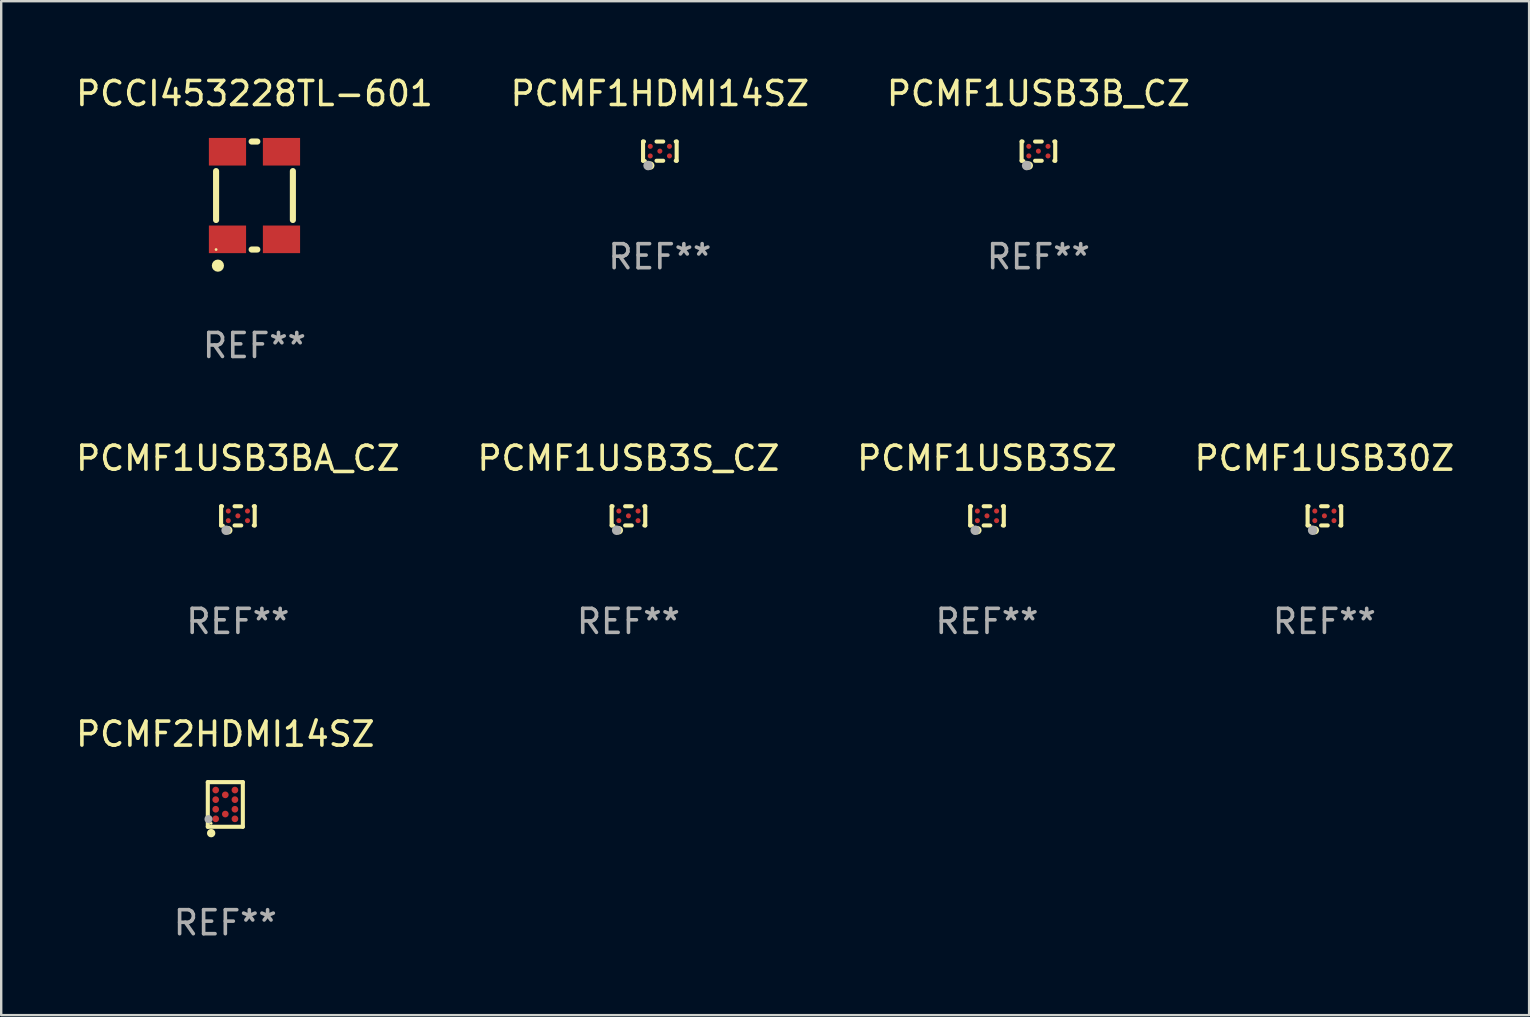
<source format=kicad_pcb>
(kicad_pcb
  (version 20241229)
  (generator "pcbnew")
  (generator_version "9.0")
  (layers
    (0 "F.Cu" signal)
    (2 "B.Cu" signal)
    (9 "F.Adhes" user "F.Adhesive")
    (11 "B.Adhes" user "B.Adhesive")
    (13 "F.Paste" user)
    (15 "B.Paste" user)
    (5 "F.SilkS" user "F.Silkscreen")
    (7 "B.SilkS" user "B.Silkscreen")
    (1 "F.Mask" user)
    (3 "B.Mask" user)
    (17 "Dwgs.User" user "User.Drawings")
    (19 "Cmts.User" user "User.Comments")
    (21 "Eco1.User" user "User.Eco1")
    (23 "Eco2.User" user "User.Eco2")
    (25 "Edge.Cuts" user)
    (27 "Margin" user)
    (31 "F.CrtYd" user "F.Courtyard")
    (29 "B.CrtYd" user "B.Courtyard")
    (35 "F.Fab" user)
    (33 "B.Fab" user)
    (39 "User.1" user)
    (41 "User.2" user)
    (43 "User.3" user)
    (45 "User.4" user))
  (footprint "PCMF1USB30Z"
    (layer "F.Cu")
    (at 52.137 18.445)
    (property "Reference" "PCMF1USB30Z" (at 0 -2.4 0) (layer "F.SilkS") (effects (font (size 1 1) (thickness 0.15))))
    (attr through_hole)
    (fp_line (start -0.7 -0.4) (end -0.7 0.4) (stroke (width 0.17) (type solid)) (layer "F.SilkS"))
    (fp_line (start -0.7 -0.4) (end -0.661 -0.4) (stroke (width 0.17) (type solid)) (layer "F.SilkS"))
    (fp_line (start -0.7 0.4) (end -0.661 0.4) (stroke (width 0.17) (type solid)) (layer "F.SilkS"))
    (fp_line (start -0.139 -0.4) (end 0.139 -0.4) (stroke (width 0.17) (type solid)) (layer "F.SilkS"))
    (fp_line (start -0.139 0.4) (end 0.139 0.4) (stroke (width 0.17) (type solid)) (layer "F.SilkS"))
    (fp_line (start 0.661 -0.4) (end 0.7 -0.4) (stroke (width 0.17) (type solid)) (layer "F.SilkS"))
    (fp_line (start 0.661 0.4) (end 0.7 0.4) (stroke (width 0.17) (type solid)) (layer "F.SilkS"))
    (fp_line (start 0.7 -0.4) (end 0.7 0.4) (stroke (width 0.17) (type solid)) (layer "F.SilkS"))
    (fp_circle (center -0.6 0.4) (end -0.57 0.4) (stroke (width 0.06) (type solid)) (fill no) (layer "F.SilkS"))
    (fp_circle (center -0.4 0.6) (end -0.31 0.6) (stroke (width 0.17) (type solid)) (fill no) (layer "F.SilkS"))
    (fp_circle (center -0.49 0.6) (end -0.39 0.6) (stroke (width 0.2) (type solid)) (fill no) (layer "F.Fab"))
    (fp_text user "REF**" (at 0 4.4 0) (layer "F.Fab") (effects (font (size 1 1) (thickness 0.15))))
    (pad "A1" smd circle (at -0.4 0.2) (size 0.21 0.21) (layers "F.Cu" "F.Mask" "F.Paste"))
    (pad "A2" smd circle (at -0.4 -0.2) (size 0.21 0.21) (layers "F.Cu" "F.Mask" "F.Paste"))
    (pad "B1" smd circle (at -0.000013 0.000127) (size 0.21 0.21) (layers "F.Cu" "F.Mask" "F.Paste"))
    (pad "C1" smd circle (at 0.4 0.2) (size 0.21 0.21) (layers "F.Cu" "F.Mask" "F.Paste"))
    (pad "C2" smd circle (at 0.4 -0.2) (size 0.21 0.21) (layers "F.Cu" "F.Mask" "F.Paste")))
  (footprint "PCMF2HDMI14SZ"
    (layer "F.Cu")
    (at 6.339 30.471)
    (property "Reference" "PCMF2HDMI14SZ" (at 0 -2.93 0) (layer "F.SilkS") (effects (font (size 1 1) (thickness 0.15))))
    (attr through_hole)
    (fp_line (start -0.731 -0.93) (end 0.731 -0.93) (stroke (width 0.17) (type solid)) (layer "F.SilkS"))
    (fp_line (start -0.73 0.93) (end -0.73 -0.93) (stroke (width 0.17) (type solid)) (layer "F.SilkS"))
    (fp_line (start 0.73 -0.93) (end 0.73 0.929) (stroke (width 0.17) (type solid)) (layer "F.SilkS"))
    (fp_line (start 0.73 0.929) (end -0.73 0.93) (stroke (width 0.17) (type solid)) (layer "F.SilkS"))
    (fp_circle (center -0.59 1.195) (end -0.5 1.195) (stroke (width 0.17) (type solid)) (fill no) (layer "F.SilkS"))
    (fp_circle (center -0.589 0.788) (end -0.559 0.788) (stroke (width 0.06) (type solid)) (fill no) (layer "F.SilkS"))
    (fp_circle (center -0.7 0.61) (end -0.615 0.61) (stroke (width 0.17) (type solid)) (fill no) (layer "F.Fab"))
    (fp_text user "REF**" (at 0 4.93 0) (layer "F.Fab") (effects (font (size 1 1) (thickness 0.15))))
    (pad "A1" smd circle (at -0.401 0.6) (size 0.28 0.28) (layers "F.Cu" "F.Mask" "F.Paste"))
    (pad "A2" smd circle (at -0.401 0.2) (size 0.28 0.28) (layers "F.Cu" "F.Mask" "F.Paste"))
    (pad "A3" smd circle (at -0.401 -0.2) (size 0.28 0.28) (layers "F.Cu" "F.Mask" "F.Paste"))
    (pad "A4" smd circle (at -0.401 -0.6) (size 0.28 0.28) (layers "F.Cu" "F.Mask" "F.Paste"))
    (pad "B1" smd circle (at -0.000457 0.4) (size 0.28 0.28) (layers "F.Cu" "F.Mask" "F.Paste"))
    (pad "B2" smd circle (at -0.001 -0.4) (size 0.28 0.28) (layers "F.Cu" "F.Mask" "F.Paste"))
    (pad "C1" smd circle (at 0.4 0.6) (size 0.28 0.28) (layers "F.Cu" "F.Mask" "F.Paste"))
    (pad "C2" smd circle (at 0.4 0.2) (size 0.28 0.28) (layers "F.Cu" "F.Mask" "F.Paste"))
    (pad "C3" smd circle (at 0.4 -0.2) (size 0.28 0.28) (layers "F.Cu" "F.Mask" "F.Paste"))
    (pad "C4" smd circle (at 0.4 -0.6) (size 0.28 0.28) (layers "F.Cu" "F.Mask" "F.Paste")))
  (footprint "PCMF1USB3SZ"
    (layer "F.Cu")
    (at 38.077 18.445)
    (property "Reference" "PCMF1USB3SZ" (at 0 -2.4 0) (layer "F.SilkS") (effects (font (size 1 1) (thickness 0.15))))
    (attr through_hole)
    (fp_line (start -0.7 -0.4) (end -0.7 0.4) (stroke (width 0.17) (type solid)) (layer "F.SilkS"))
    (fp_line (start -0.7 -0.4) (end -0.661 -0.4) (stroke (width 0.17) (type solid)) (layer "F.SilkS"))
    (fp_line (start -0.7 0.4) (end -0.661 0.4) (stroke (width 0.17) (type solid)) (layer "F.SilkS"))
    (fp_line (start -0.139 -0.4) (end 0.139 -0.4) (stroke (width 0.17) (type solid)) (layer "F.SilkS"))
    (fp_line (start -0.139 0.4) (end 0.139 0.4) (stroke (width 0.17) (type solid)) (layer "F.SilkS"))
    (fp_line (start 0.661 -0.4) (end 0.7 -0.4) (stroke (width 0.17) (type solid)) (layer "F.SilkS"))
    (fp_line (start 0.661 0.4) (end 0.7 0.4) (stroke (width 0.17) (type solid)) (layer "F.SilkS"))
    (fp_line (start 0.7 -0.4) (end 0.7 0.4) (stroke (width 0.17) (type solid)) (layer "F.SilkS"))
    (fp_circle (center -0.6 0.4) (end -0.57 0.4) (stroke (width 0.06) (type solid)) (fill no) (layer "F.SilkS"))
    (fp_circle (center -0.4 0.6) (end -0.31 0.6) (stroke (width 0.17) (type solid)) (fill no) (layer "F.SilkS"))
    (fp_circle (center -0.49 0.6) (end -0.39 0.6) (stroke (width 0.2) (type solid)) (fill no) (layer "F.Fab"))
    (fp_text user "REF**" (at 0 4.4 0) (layer "F.Fab") (effects (font (size 1 1) (thickness 0.15))))
    (pad "A1" smd circle (at -0.4 0.2) (size 0.21 0.21) (layers "F.Cu" "F.Mask" "F.Paste"))
    (pad "A2" smd circle (at -0.4 -0.2) (size 0.21 0.21) (layers "F.Cu" "F.Mask" "F.Paste"))
    (pad "B1" smd circle (at -0.000013 0.000127) (size 0.21 0.21) (layers "F.Cu" "F.Mask" "F.Paste"))
    (pad "C1" smd circle (at 0.4 0.2) (size 0.21 0.21) (layers "F.Cu" "F.Mask" "F.Paste"))
    (pad "C2" smd circle (at 0.4 -0.2) (size 0.21 0.21) (layers "F.Cu" "F.Mask" "F.Paste")))
  (footprint "PCMF1HDMI14SZ"
    (layer "F.Cu")
    (at 24.446 3.248)
    (property "Reference" "PCMF1HDMI14SZ" (at 0 -2.4 0) (layer "F.SilkS") (effects (font (size 1 1) (thickness 0.15))))
    (attr through_hole)
    (fp_line (start -0.7 -0.4) (end -0.7 0.4) (stroke (width 0.17) (type solid)) (layer "F.SilkS"))
    (fp_line (start -0.7 -0.4) (end -0.661 -0.4) (stroke (width 0.17) (type solid)) (layer "F.SilkS"))
    (fp_line (start -0.7 0.4) (end -0.661 0.4) (stroke (width 0.17) (type solid)) (layer "F.SilkS"))
    (fp_line (start -0.139 -0.4) (end 0.139 -0.4) (stroke (width 0.17) (type solid)) (layer "F.SilkS"))
    (fp_line (start -0.139 0.4) (end 0.139 0.4) (stroke (width 0.17) (type solid)) (layer "F.SilkS"))
    (fp_line (start 0.661 -0.4) (end 0.7 -0.4) (stroke (width 0.17) (type solid)) (layer "F.SilkS"))
    (fp_line (start 0.661 0.4) (end 0.7 0.4) (stroke (width 0.17) (type solid)) (layer "F.SilkS"))
    (fp_line (start 0.7 -0.4) (end 0.7 0.4) (stroke (width 0.17) (type solid)) (layer "F.SilkS"))
    (fp_circle (center -0.6 0.4) (end -0.57 0.4) (stroke (width 0.06) (type solid)) (fill no) (layer "F.SilkS"))
    (fp_circle (center -0.4 0.6) (end -0.31 0.6) (stroke (width 0.17) (type solid)) (fill no) (layer "F.SilkS"))
    (fp_circle (center -0.49 0.6) (end -0.39 0.6) (stroke (width 0.2) (type solid)) (fill no) (layer "F.Fab"))
    (fp_text user "REF**" (at 0 4.4 0) (layer "F.Fab") (effects (font (size 1 1) (thickness 0.15))))
    (pad "A1" smd circle (at -0.4 0.2) (size 0.21 0.21) (layers "F.Cu" "F.Mask" "F.Paste"))
    (pad "A2" smd circle (at -0.4 -0.2) (size 0.21 0.21) (layers "F.Cu" "F.Mask" "F.Paste"))
    (pad "B1" smd circle (at -0.000013 0.000127) (size 0.21 0.21) (layers "F.Cu" "F.Mask" "F.Paste"))
    (pad "C1" smd circle (at 0.4 0.2) (size 0.21 0.21) (layers "F.Cu" "F.Mask" "F.Paste"))
    (pad "C2" smd circle (at 0.4 -0.2) (size 0.21 0.21) (layers "F.Cu" "F.Mask" "F.Paste")))
  (footprint "PCMF1USB3B_CZ"
    (layer "F.Cu")
    (at 40.22 3.248)
    (property "Reference" "PCMF1USB3B_CZ" (at 0 -2.4 0) (layer "F.SilkS") (effects (font (size 1 1) (thickness 0.15))))
    (attr through_hole)
    (fp_line (start -0.7 -0.4) (end -0.7 0.4) (stroke (width 0.17) (type solid)) (layer "F.SilkS"))
    (fp_line (start -0.7 -0.4) (end -0.661 -0.4) (stroke (width 0.17) (type solid)) (layer "F.SilkS"))
    (fp_line (start -0.7 0.4) (end -0.661 0.4) (stroke (width 0.17) (type solid)) (layer "F.SilkS"))
    (fp_line (start -0.139 -0.4) (end 0.139 -0.4) (stroke (width 0.17) (type solid)) (layer "F.SilkS"))
    (fp_line (start -0.139 0.4) (end 0.139 0.4) (stroke (width 0.17) (type solid)) (layer "F.SilkS"))
    (fp_line (start 0.661 -0.4) (end 0.7 -0.4) (stroke (width 0.17) (type solid)) (layer "F.SilkS"))
    (fp_line (start 0.661 0.4) (end 0.7 0.4) (stroke (width 0.17) (type solid)) (layer "F.SilkS"))
    (fp_line (start 0.7 -0.4) (end 0.7 0.4) (stroke (width 0.17) (type solid)) (layer "F.SilkS"))
    (fp_circle (center -0.6 0.4) (end -0.57 0.4) (stroke (width 0.06) (type solid)) (fill no) (layer "F.SilkS"))
    (fp_circle (center -0.4 0.6) (end -0.31 0.6) (stroke (width 0.17) (type solid)) (fill no) (layer "F.SilkS"))
    (fp_circle (center -0.49 0.6) (end -0.39 0.6) (stroke (width 0.2) (type solid)) (fill no) (layer "F.Fab"))
    (fp_text user "REF**" (at 0 4.4 0) (layer "F.Fab") (effects (font (size 1 1) (thickness 0.15))))
    (pad "A1" smd circle (at -0.4 0.2) (size 0.21 0.21) (layers "F.Cu" "F.Mask" "F.Paste"))
    (pad "A2" smd circle (at -0.4 -0.2) (size 0.21 0.21) (layers "F.Cu" "F.Mask" "F.Paste"))
    (pad "B1" smd circle (at -0.000013 0.000127) (size 0.21 0.21) (layers "F.Cu" "F.Mask" "F.Paste"))
    (pad "C1" smd circle (at 0.4 0.2) (size 0.21 0.21) (layers "F.Cu" "F.Mask" "F.Paste"))
    (pad "C2" smd circle (at 0.4 -0.2) (size 0.21 0.21) (layers "F.Cu" "F.Mask" "F.Paste")))
  (footprint "PCMF1USB3S_CZ"
    (layer "F.Cu")
    (at 23.137 18.445)
    (property "Reference" "PCMF1USB3S_CZ" (at 0 -2.4 0) (layer "F.SilkS") (effects (font (size 1 1) (thickness 0.15))))
    (attr through_hole)
    (fp_line (start -0.7 -0.4) (end -0.7 0.4) (stroke (width 0.17) (type solid)) (layer "F.SilkS"))
    (fp_line (start -0.7 -0.4) (end -0.661 -0.4) (stroke (width 0.17) (type solid)) (layer "F.SilkS"))
    (fp_line (start -0.7 0.4) (end -0.661 0.4) (stroke (width 0.17) (type solid)) (layer "F.SilkS"))
    (fp_line (start -0.139 -0.4) (end 0.139 -0.4) (stroke (width 0.17) (type solid)) (layer "F.SilkS"))
    (fp_line (start -0.139 0.4) (end 0.139 0.4) (stroke (width 0.17) (type solid)) (layer "F.SilkS"))
    (fp_line (start 0.661 -0.4) (end 0.7 -0.4) (stroke (width 0.17) (type solid)) (layer "F.SilkS"))
    (fp_line (start 0.661 0.4) (end 0.7 0.4) (stroke (width 0.17) (type solid)) (layer "F.SilkS"))
    (fp_line (start 0.7 -0.4) (end 0.7 0.4) (stroke (width 0.17) (type solid)) (layer "F.SilkS"))
    (fp_circle (center -0.6 0.4) (end -0.57 0.4) (stroke (width 0.06) (type solid)) (fill no) (layer "F.SilkS"))
    (fp_circle (center -0.4 0.6) (end -0.31 0.6) (stroke (width 0.17) (type solid)) (fill no) (layer "F.SilkS"))
    (fp_circle (center -0.49 0.6) (end -0.39 0.6) (stroke (width 0.2) (type solid)) (fill no) (layer "F.Fab"))
    (fp_text user "REF**" (at 0 4.4 0) (layer "F.Fab") (effects (font (size 1 1) (thickness 0.15))))
    (pad "A1" smd circle (at -0.4 0.2) (size 0.21 0.21) (layers "F.Cu" "F.Mask" "F.Paste"))
    (pad "A2" smd circle (at -0.4 -0.2) (size 0.21 0.21) (layers "F.Cu" "F.Mask" "F.Paste"))
    (pad "B1" smd circle (at -0.000013 0.000127) (size 0.21 0.21) (layers "F.Cu" "F.Mask" "F.Paste"))
    (pad "C1" smd circle (at 0.4 0.2) (size 0.21 0.21) (layers "F.Cu" "F.Mask" "F.Paste"))
    (pad "C2" smd circle (at 0.4 -0.2) (size 0.21 0.21) (layers "F.Cu" "F.Mask" "F.Paste")))
  (footprint "PCCI453228TL-601"
    (layer "F.Cu")
    (at 7.554 5.098)
    (property "Reference" "PCCI453228TL-601" (at 0 -4.25 0) (layer "F.SilkS") (effects (font (size 1 1) (thickness 0.15))))
    (attr through_hole)
    (fp_line (start -1.6 1.019) (end -1.6 -1.019) (stroke (width 0.254) (type solid)) (layer "F.SilkS"))
    (fp_line (start -0.119 -2.25) (end 0.119 -2.25) (stroke (width 0.254) (type solid)) (layer "F.SilkS"))
    (fp_line (start -0.119 2.25) (end 0.119 2.25) (stroke (width 0.254) (type solid)) (layer "F.SilkS"))
    (fp_line (start 1.6 1.019) (end 1.6 -1.019) (stroke (width 0.254) (type solid)) (layer "F.SilkS"))
    (fp_circle (center -1.6 2.25) (end -1.57 2.25) (stroke (width 0.06) (type solid)) (fill no) (layer "F.SilkS"))
    (fp_circle (center -1.524 2.921) (end -1.397 2.921) (stroke (width 0.254) (type solid)) (fill no) (layer "F.SilkS"))
    (fp_text user "REF**" (at 0 6.25 0) (layer "F.Fab") (effects (font (size 1 1) (thickness 0.15))))
    (pad "1" smd rect (at -1.125 1.825 270) (size 1.15 1.55) (layers "F.Cu" "F.Mask" "F.Paste"))
    (pad "2" smd rect (at 1.125 1.825 270) (size 1.15 1.55) (layers "F.Cu" "F.Mask" "F.Paste"))
    (pad "3" smd rect (at 1.125 -1.825 270) (size 1.15 1.55) (layers "F.Cu" "F.Mask" "F.Paste"))
    (pad "4" smd rect (at -1.125 -1.825 270) (size 1.15 1.55) (layers "F.Cu" "F.Mask" "F.Paste")))
  (footprint "PCMF1USB3BA_CZ"
    (layer "F.Cu")
    (at 6.863 18.445)
    (property "Reference" "PCMF1USB3BA_CZ" (at 0 -2.4 0) (layer "F.SilkS") (effects (font (size 1 1) (thickness 0.15))))
    (attr through_hole)
    (fp_line (start -0.7 -0.4) (end -0.7 0.4) (stroke (width 0.17) (type solid)) (layer "F.SilkS"))
    (fp_line (start -0.7 -0.4) (end -0.661 -0.4) (stroke (width 0.17) (type solid)) (layer "F.SilkS"))
    (fp_line (start -0.7 0.4) (end -0.661 0.4) (stroke (width 0.17) (type solid)) (layer "F.SilkS"))
    (fp_line (start -0.139 -0.4) (end 0.139 -0.4) (stroke (width 0.17) (type solid)) (layer "F.SilkS"))
    (fp_line (start -0.139 0.4) (end 0.139 0.4) (stroke (width 0.17) (type solid)) (layer "F.SilkS"))
    (fp_line (start 0.661 -0.4) (end 0.7 -0.4) (stroke (width 0.17) (type solid)) (layer "F.SilkS"))
    (fp_line (start 0.661 0.4) (end 0.7 0.4) (stroke (width 0.17) (type solid)) (layer "F.SilkS"))
    (fp_line (start 0.7 -0.4) (end 0.7 0.4) (stroke (width 0.17) (type solid)) (layer "F.SilkS"))
    (fp_circle (center -0.6 0.4) (end -0.57 0.4) (stroke (width 0.06) (type solid)) (fill no) (layer "F.SilkS"))
    (fp_circle (center -0.4 0.6) (end -0.31 0.6) (stroke (width 0.17) (type solid)) (fill no) (layer "F.SilkS"))
    (fp_circle (center -0.49 0.6) (end -0.39 0.6) (stroke (width 0.2) (type solid)) (fill no) (layer "F.Fab"))
    (fp_text user "REF**" (at 0 4.4 0) (layer "F.Fab") (effects (font (size 1 1) (thickness 0.15))))
    (pad "A1" smd circle (at -0.4 0.2) (size 0.21 0.21) (layers "F.Cu" "F.Mask" "F.Paste"))
    (pad "A2" smd circle (at -0.4 -0.2) (size 0.21 0.21) (layers "F.Cu" "F.Mask" "F.Paste"))
    (pad "B1" smd circle (at -0.000013 0.000127) (size 0.21 0.21) (layers "F.Cu" "F.Mask" "F.Paste"))
    (pad "C1" smd circle (at 0.4 0.2) (size 0.21 0.21) (layers "F.Cu" "F.Mask" "F.Paste"))
    (pad "C2" smd circle (at 0.4 -0.2) (size 0.21 0.21) (layers "F.Cu" "F.Mask" "F.Paste")))
  (gr_rect
    (start -3 -3)
    (end 60.667 39.25)
    (stroke (width 0.1) (type default))
    (fill no)
    (layer "Edge.Cuts")))
</source>
